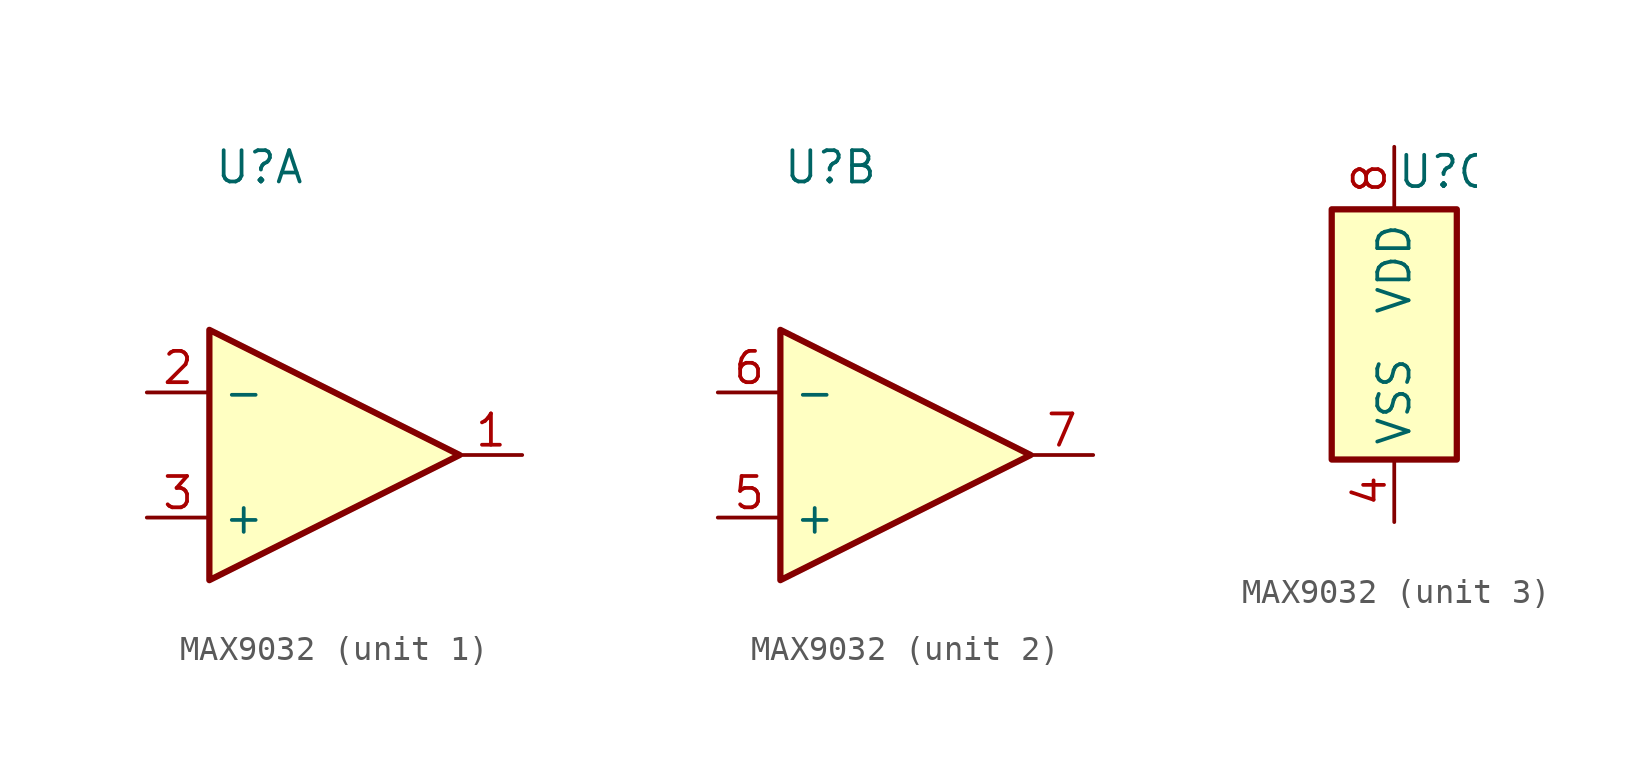
<source format=kicad_sym>
(kicad_symbol_lib
  (version 20231120)
  (generator "kicad_symbol_editor")
  (generator_version "8.0")
  (symbol "MAX9032"
    (property "Reference" "U"
      (at 2.032 6.604 0)
      (effects (font (size 1.27 1.27))))
    (property "Value" ""
      (at 2.032 6.604 0)
      (effects (font (size 1.27 1.27))))
    (property "ki_locked" ""
      (at 0 0 0)
      (effects (font (size 1.27 1.27))))
    (symbol "MAX9032_1_1"
      (polyline (pts (xy 0 0) (xy 0 -10.16) (xy 10.16 -5.08) (xy 0 0)) (stroke (width 0.254) (type default)) (fill (type background)))
      (pin output line (at 12.7 -5.08 180) (length 2.54) (name "" (effects (font (size 1.27 1.27)))) (number "1" (effects (font (size 1.27 1.27)))))
      (pin input line (at -2.54 -2.54 0) (length 2.54) (name "-" (effects (font (size 1.27 1.27)))) (number "2" (effects (font (size 1.27 1.27)))))
      (pin input line (at -2.54 -7.62 0) (length 2.54) (name "+" (effects (font (size 1.27 1.27)))) (number "3" (effects (font (size 1.27 1.27))))))
    (symbol "MAX9032_2_1"
      (polyline (pts (xy 0 0) (xy 0 -10.16) (xy 10.16 -5.08) (xy 0 0)) (stroke (width 0.254) (type default)) (fill (type background)))
      (pin input line (at -2.54 -7.62 0) (length 2.54) (name "+" (effects (font (size 1.27 1.27)))) (number "5" (effects (font (size 1.27 1.27)))))
      (pin input line (at -2.54 -2.54 0) (length 2.54) (name "-" (effects (font (size 1.27 1.27)))) (number "6" (effects (font (size 1.27 1.27)))))
      (pin output line (at 12.7 -5.08 180) (length 2.54) (name "" (effects (font (size 1.27 1.27)))) (number "7" (effects (font (size 1.27 1.27))))))
    (symbol "MAX9032_3_1"
      (rectangle (start -2.54 5.08) (end 2.54 -5.08) (stroke (width 0.254) (type default)) (fill (type background)))
      (pin power_in line (at 0 -7.62 90) (length 2.54) (name "VSS" (effects (font (size 1.27 1.27)))) (number "4" (effects (font (size 1.27 1.27)))))
      (pin power_in line (at 0 7.62 270) (length 2.54) (name "VDD" (effects (font (size 1.27 1.27)))) (number "8" (effects (font (size 1.27 1.27))))))))
</source>
